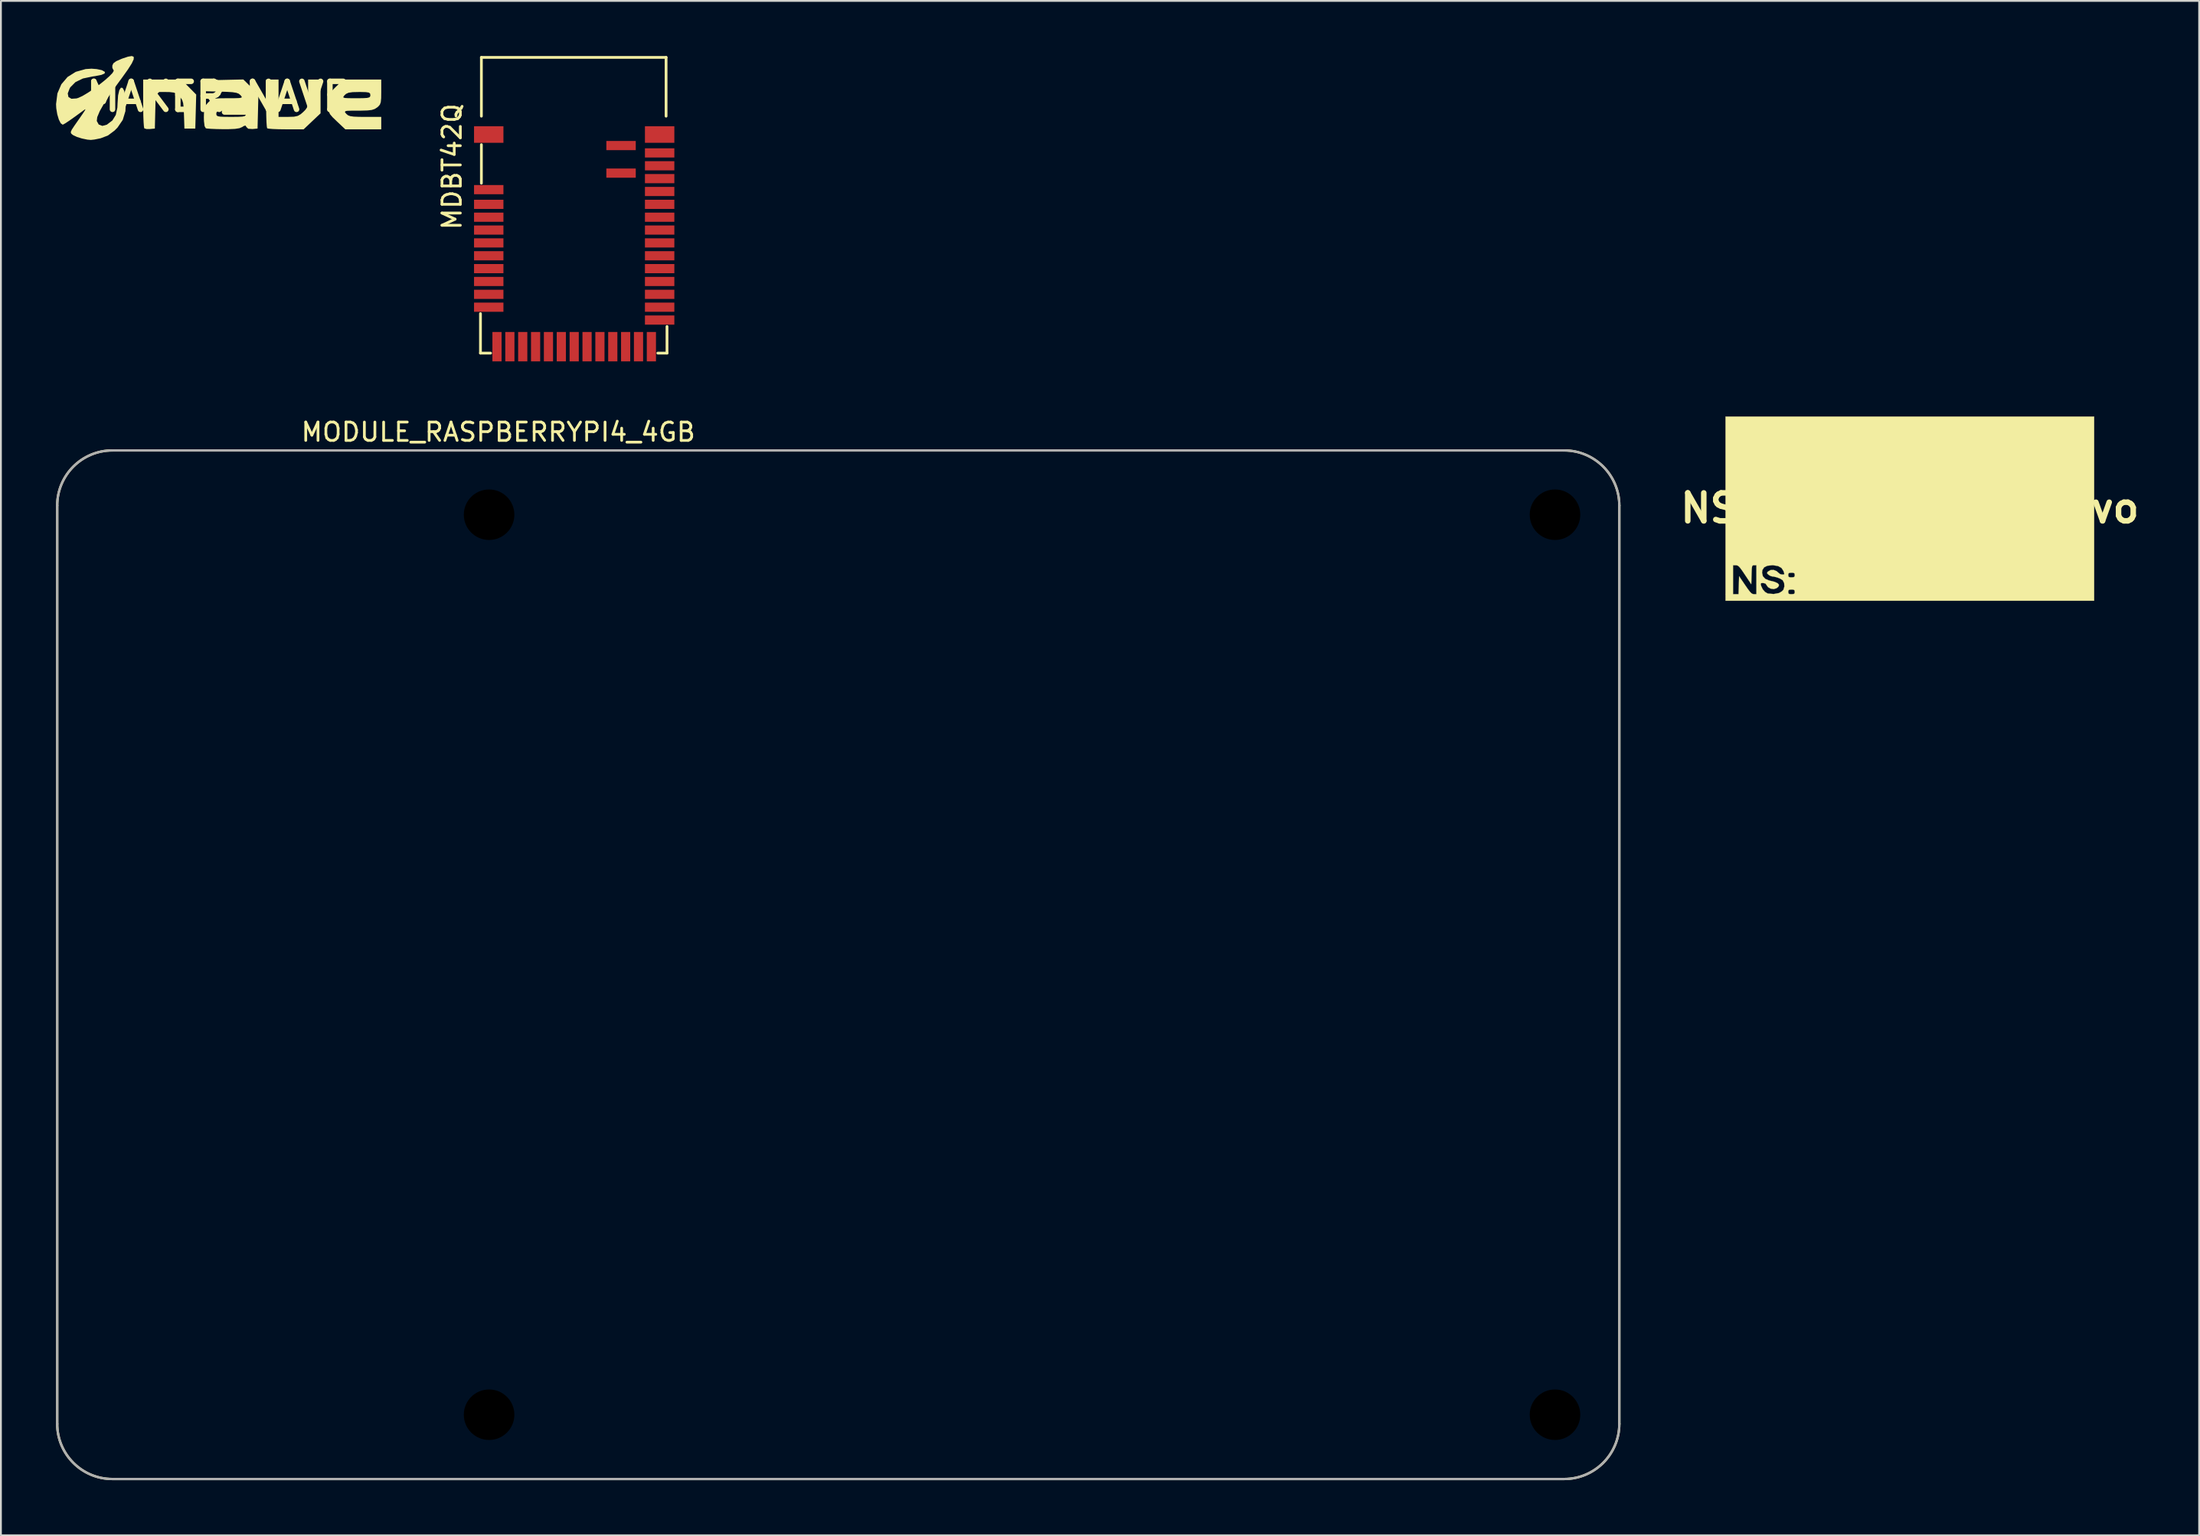
<source format=kicad_pcb>
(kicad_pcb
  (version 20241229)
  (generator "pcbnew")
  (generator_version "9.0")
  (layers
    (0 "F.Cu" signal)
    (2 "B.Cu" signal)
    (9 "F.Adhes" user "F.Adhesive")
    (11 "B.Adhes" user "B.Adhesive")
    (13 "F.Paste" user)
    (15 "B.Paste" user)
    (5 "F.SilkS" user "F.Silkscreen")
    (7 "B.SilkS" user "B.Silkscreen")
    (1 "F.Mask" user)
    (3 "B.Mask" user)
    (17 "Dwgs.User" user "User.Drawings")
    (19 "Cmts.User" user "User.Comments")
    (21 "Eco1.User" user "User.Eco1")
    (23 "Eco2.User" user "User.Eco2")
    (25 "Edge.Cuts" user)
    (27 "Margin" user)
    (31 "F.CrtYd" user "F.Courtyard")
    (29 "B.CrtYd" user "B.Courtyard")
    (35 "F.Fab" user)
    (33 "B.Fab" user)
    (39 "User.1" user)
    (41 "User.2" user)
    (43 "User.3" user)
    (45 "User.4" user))
  (footprint "MODULE_RASPBERRYPI4_4GB"
    (layer "F.Cu")
    (at 43.063 49.473)
    (property "Reference" "MODULE_RASPBERRYPI4_4GB" (at -19 -29 180) (layer "F.SilkS") (effects (font (size 1 1) (thickness 0.15))))
    (attr through_hole)
    (fp_line (start -43 -25) (end -43 25) (stroke (width 0.127) (type solid)) (layer "F.SilkS"))
    (fp_line (start -40 28) (end 39 28) (stroke (width 0.127) (type solid)) (layer "F.SilkS"))
    (fp_line (start 39 -28) (end -40 -28) (stroke (width 0.127) (type solid)) (layer "F.SilkS"))
    (fp_line (start 42 25) (end 42 -25) (stroke (width 0.127) (type solid)) (layer "F.SilkS"))
    (fp_arc (start -43 -25) (mid -42.12132 -27.12132) (end -40 -28) (stroke (width 0.127) (type solid)) (layer "F.SilkS"))
    (fp_arc (start -40 28) (mid -42.12132 27.12132) (end -43 25) (stroke (width 0.127) (type solid)) (layer "F.SilkS"))
    (fp_arc (start 39 -28) (mid 41.12132 -27.12132) (end 42 -25) (stroke (width 0.127) (type solid)) (layer "F.SilkS"))
    (fp_arc (start 42 25) (mid 41.12132 27.12132) (end 39 28) (stroke (width 0.127) (type solid)) (layer "F.SilkS"))
    (fp_line (start -43 -25) (end -43 25) (stroke (width 0.127) (type solid)) (layer "F.Fab"))
    (fp_line (start -40 28) (end 39 28) (stroke (width 0.127) (type solid)) (layer "F.Fab"))
    (fp_line (start 39 -28) (end -40 -28) (stroke (width 0.127) (type solid)) (layer "F.Fab"))
    (fp_line (start 42 25) (end 42 -25) (stroke (width 0.127) (type solid)) (layer "F.Fab"))
    (fp_arc (start -43 -25) (mid -42.12132 -27.12132) (end -40 -28) (stroke (width 0.127) (type solid)) (layer "F.Fab"))
    (fp_arc (start -40 28) (mid -42.12132 27.12132) (end -43 25) (stroke (width 0.127) (type solid)) (layer "F.Fab"))
    (fp_arc (start 39 -28) (mid 41.12132 -27.12132) (end 42 -25) (stroke (width 0.127) (type solid)) (layer "F.Fab"))
    (fp_arc (start 42 25) (mid 41.12132 27.12132) (end 39 28) (stroke (width 0.127) (type solid)) (layer "F.Fab"))
    (pad "" np_thru_hole circle (at -19.5 -24.5 180) (size 3.75 3.75) (drill 2.75) (layers "*.Mask"))
    (pad "" np_thru_hole circle (at -19.5 24.5 180) (size 3.75 3.75) (drill 2.75) (layers "*.Mask"))
    (pad "" np_thru_hole circle (at 38.5 -24.5 180) (size 3.75 3.75) (drill 2.75) (layers "*.Mask"))
    (pad "" np_thru_hole circle (at 38.5 24.5 180) (size 3.75 3.75) (drill 2.75) (layers "*.Mask")))
  (footprint "MAKER_NAVE"
    (layer "F.Cu")
    (at 8.805 2.213)
    (property "Reference" "MAKER_NAVE" (at 0 0 0) (layer "F.SilkS") (effects (font (size 1.524 1.524) (thickness 0.3))))
    (attr board_only exclude_from_pos_files exclude_from_bom)
    (fp_poly (pts (xy -1.581 -0.523) (xy -1.179 -0.115) (xy -1.203 0.81) (xy -1.228 1.736) (xy -1.82 1.736) (xy -1.845 0.975) (xy -1.862 0.602) (xy -1.889 0.354) (xy -1.94 0.188) (xy -2.023 0.058) (xy -2.094 -0.02) (xy -2.24 -0.152) (xy -2.397 -0.222) (xy -2.624 -0.25) (xy -2.849 -0.254) (xy -3.381 -0.254) (xy -3.405 0.741) (xy -3.429 1.736) (xy -3.686 1.761) (xy -3.887 1.761) (xy -4.004 1.726) (xy -4.024 1.624) (xy -4.042 1.384) (xy -4.056 1.036) (xy -4.063 0.611) (xy -4.064 0.367) (xy -4.064 -0.931) (xy -1.983 -0.931)) (stroke (width 0) (type solid)) (fill yes) (layer "F.SilkS"))
    (fp_poly (pts (xy 3.302 1.101) (xy 3.831 1.1) (xy 4.14 1.091) (xy 4.344 1.048) (xy 4.508 0.953) (xy 4.636 0.842) (xy 4.766 0.712) (xy 4.847 0.594) (xy 4.89 0.442) (xy 4.908 0.213) (xy 4.911 -0.138) (xy 4.911 -0.174) (xy 4.911 -0.931) (xy 5.588 -0.931) (xy 5.588 0.907) (xy 5.127 1.342) (xy 4.667 1.778) (xy 3.702 1.778) (xy 3.314 1.773) (xy 2.99 1.761) (xy 2.766 1.742) (xy 2.681 1.722) (xy 2.662 1.621) (xy 2.645 1.383) (xy 2.633 1.036) (xy 2.626 0.612) (xy 2.625 0.367) (xy 2.625 -0.931) (xy 3.302 -0.931)) (stroke (width 0) (type solid)) (fill yes) (layer "F.SilkS"))
    (fp_poly (pts (xy 8.89 -0.26) (xy 8.886 0.081) (xy 8.865 0.298) (xy 8.816 0.435) (xy 8.727 0.537) (xy 8.667 0.587) (xy 8.535 0.671) (xy 8.374 0.724) (xy 8.142 0.751) (xy 7.797 0.761) (xy 7.638 0.762) (xy 7.266 0.763) (xy 7.038 0.771) (xy 6.928 0.793) (xy 6.911 0.835) (xy 6.96 0.903) (xy 6.985 0.931) (xy 7.074 1.009) (xy 7.198 1.059) (xy 7.391 1.087) (xy 7.689 1.099) (xy 8.014 1.101) (xy 8.89 1.101) (xy 8.89 1.778) (xy 6.933 1.778) (xy 6.472 1.342) (xy 6.238 1.116) (xy 6.1 0.952) (xy 6.034 0.796) (xy 6.013 0.595) (xy 6.011 0.387) (xy 6.017 0.103) (xy 6.028 0.045) (xy 6.829 0.045) (xy 6.91 0.071) (xy 7.103 0.082) (xy 7.434 0.085) (xy 7.522 0.085) (xy 7.888 0.082) (xy 8.116 0.069) (xy 8.239 0.039) (xy 8.289 -0.015) (xy 8.297 -0.085) (xy 8.282 -0.172) (xy 8.213 -0.223) (xy 8.053 -0.247) (xy 7.769 -0.254) (xy 7.675 -0.254) (xy 7.333 -0.246) (xy 7.114 -0.215) (xy 6.973 -0.151) (xy 6.9 -0.085) (xy 6.834 -0.005) (xy 6.829 0.045) (xy 6.028 0.045) (xy 6.053 -0.088) (xy 6.147 -0.249) (xy 6.326 -0.443) (xy 6.416 -0.532) (xy 6.821 -0.931) (xy 8.89 -0.931)) (stroke (width 0) (type solid)) (fill yes) (layer "F.SilkS"))
    (fp_poly (pts (xy 1.796 -0.533) (xy 2.206 -0.128) (xy 2.183 0.804) (xy 2.159 1.736) (xy 1.883 1.762) (xy 1.653 1.747) (xy 1.557 1.658) (xy 1.503 1.573) (xy 1.407 1.599) (xy 1.327 1.652) (xy 1.176 1.717) (xy 0.928 1.755) (xy 0.554 1.771) (xy 0.299 1.771) (xy -0.072 1.764) (xy -0.384 1.751) (xy -0.594 1.734) (xy -0.656 1.722) (xy -0.723 1.606) (xy -0.757 1.33) (xy -0.762 1.119) (xy -0.757 0.931) (xy -0.085 0.931) (xy -0.073 1.01) (xy -0.015 1.06) (xy 0.119 1.087) (xy 0.361 1.098) (xy 0.72 1.101) (xy 1.094 1.098) (xy 1.329 1.086) (xy 1.459 1.058) (xy 1.513 1.007) (xy 1.524 0.931) (xy 1.512 0.853) (xy 1.454 0.803) (xy 1.32 0.776) (xy 1.078 0.764) (xy 0.72 0.762) (xy 0.346 0.765) (xy 0.11 0.777) (xy -0.02 0.805) (xy -0.074 0.856) (xy -0.085 0.931) (xy -0.757 0.931) (xy -0.753 0.8) (xy -0.717 0.593) (xy -0.635 0.438) (xy -0.534 0.322) (xy -0.422 0.214) (xy -0.31 0.145) (xy -0.157 0.106) (xy 0.076 0.089) (xy 0.428 0.085) (xy 0.537 0.085) (xy 0.919 0.083) (xy 1.157 0.076) (xy 1.277 0.055) (xy 1.303 0.016) (xy 1.261 -0.047) (xy 1.23 -0.082) (xy 1.138 -0.159) (xy 1.005 -0.21) (xy 0.795 -0.243) (xy 0.475 -0.263) (xy 0.18 -0.272) (xy -0.72 -0.296) (xy -0.72 -0.889) (xy 0.333 -0.913) (xy 1.386 -0.937)) (stroke (width 0) (type solid)) (fill yes) (layer "F.SilkS"))
    (fp_poly (pts (xy -4.578 -2.169) (xy -4.579 -2.038) (xy -4.685 -1.81) (xy -4.897 -1.476) (xy -5.217 -1.027) (xy -5.388 -0.796) (xy -5.834 -0.177) (xy -6.181 0.353) (xy -6.426 0.786) (xy -6.564 1.114) (xy -6.589 1.324) (xy -6.481 1.518) (xy -6.285 1.591) (xy -6.043 1.526) (xy -6.04 1.524) (xy -5.739 1.294) (xy -5.554 0.995) (xy -5.468 0.594) (xy -5.457 0.354) (xy -5.43 -0.067) (xy -5.365 -0.349) (xy -5.278 -0.488) (xy -5.184 -0.479) (xy -5.096 -0.317) (xy -5.03 0.000496) (xy -5.01 0.216) (xy -5.03 0.787) (xy -5.175 1.265) (xy -5.46 1.682) (xy -5.622 1.846) (xy -5.984 2.116) (xy -6.379 2.266) (xy -6.426 2.276) (xy -6.714 2.334) (xy -6.913 2.356) (xy -7.102 2.339) (xy -7.356 2.286) (xy -7.408 2.274) (xy -7.668 2.193) (xy -7.878 2.094) (xy -7.907 2.074) (xy -7.987 2.002) (xy -8.004 1.921) (xy -7.947 1.793) (xy -7.806 1.579) (xy -7.738 1.482) (xy -7.489 1.125) (xy -7.325 0.887) (xy -7.235 0.748) (xy -7.207 0.689) (xy -7.229 0.691) (xy -7.282 0.728) (xy -7.735 1.059) (xy -8.067 1.295) (xy -8.29 1.444) (xy -8.416 1.515) (xy -8.447 1.524) (xy -8.553 1.447) (xy -8.655 1.243) (xy -8.74 0.956) (xy -8.794 0.628) (xy -8.805 0.405) (xy -8.731 -0.178) (xy -8.517 -0.675) (xy -8.18 -1.071) (xy -7.734 -1.352) (xy -7.195 -1.503) (xy -6.875 -1.524) (xy -6.588 -1.502) (xy -6.331 -1.447) (xy -6.299 -1.436) (xy -6.147 -1.348) (xy -6.16 -1.264) (xy -6.335 -1.187) (xy -6.667 -1.121) (xy -6.805 -1.102) (xy -7.344 -0.989) (xy -7.746 -0.795) (xy -8.024 -0.515) (xy -8.063 -0.452) (xy -8.168 -0.177) (xy -8.131 0.017) (xy -7.968 0.114) (xy -7.693 0.096) (xy -7.601 0.069) (xy -7.375 -0.034) (xy -7.091 -0.202) (xy -6.776 -0.413) (xy -6.456 -0.649) (xy -6.159 -0.887) (xy -5.91 -1.106) (xy -5.736 -1.287) (xy -5.664 -1.408) (xy -5.676 -1.441) (xy -5.741 -1.563) (xy -5.744 -1.691) (xy -5.686 -1.817) (xy -5.532 -1.931) (xy -5.251 -2.055) (xy -5.193 -2.077) (xy -4.887 -2.179) (xy -4.682 -2.213)) (stroke (width 0) (type solid)) (fill yes) (layer "F.SilkS")))
  (footprint "MDBT42Q"
    (layer "F.Cu")
    (at 23.544 4.275)
    (property "Reference" "MDBT42Q" (at -2 1.75 90) (layer "F.SilkS") (effects (font (size 1 1) (thickness 0.15))))
    (attr through_hole)
    (fp_line (start -0.45 11.9) (end -0.45 9.75) (stroke (width 0.15) (type solid)) (layer "F.SilkS"))
    (fp_line (start -0.4 -4.2) (end 9.65 -4.2) (stroke (width 0.15) (type solid)) (layer "F.SilkS"))
    (fp_line (start -0.4 -1) (end -0.4 -4.2) (stroke (width 0.15) (type solid)) (layer "F.SilkS"))
    (fp_line (start -0.4 0.55) (end -0.4 2.65) (stroke (width 0.15) (type solid)) (layer "F.SilkS"))
    (fp_line (start 0.1 11.9) (end -0.45 11.9) (stroke (width 0.15) (type solid)) (layer "F.SilkS"))
    (fp_line (start 9.2 11.9) (end 9.7 11.9) (stroke (width 0.15) (type solid)) (layer "F.SilkS"))
    (fp_line (start 9.65 -1) (end 9.65 -4.2) (stroke (width 0.15) (type solid)) (layer "F.SilkS"))
    (fp_line (start 9.7 11.9) (end 9.7 10.45) (stroke (width 0.15) (type solid)) (layer "F.SilkS"))
    (pad "1" smd rect (at 0 0) (size 1.6 0.9) (layers "F.Cu" "F.Mask" "F.Paste"))
    (pad "2" smd rect (at 0 3) (size 1.6 0.5) (layers "F.Cu" "F.Mask" "F.Paste"))
    (pad "3" smd rect (at 0 3.8) (size 1.6 0.5) (layers "F.Cu" "F.Mask" "F.Paste"))
    (pad "4" smd rect (at 0 4.5) (size 1.6 0.5) (layers "F.Cu" "F.Mask" "F.Paste"))
    (pad "5" smd rect (at 0 5.2) (size 1.6 0.5) (layers "F.Cu" "F.Mask" "F.Paste"))
    (pad "6" smd rect (at 0 5.9) (size 1.6 0.5) (layers "F.Cu" "F.Mask" "F.Paste"))
    (pad "7" smd rect (at 0 6.6) (size 1.6 0.5) (layers "F.Cu" "F.Mask" "F.Paste"))
    (pad "8" smd rect (at 0 7.3) (size 1.6 0.5) (layers "F.Cu" "F.Mask" "F.Paste"))
    (pad "9" smd rect (at 0 8) (size 1.6 0.5) (layers "F.Cu" "F.Mask" "F.Paste"))
    (pad "10" smd rect (at 0 8.7) (size 1.6 0.5) (layers "F.Cu" "F.Mask" "F.Paste"))
    (pad "11" smd rect (at 0 9.4) (size 1.6 0.5) (layers "F.Cu" "F.Mask" "F.Paste"))
    (pad "12" smd rect (at 0.45 11.55 90) (size 1.6 0.5) (layers "F.Cu" "F.Mask" "F.Paste"))
    (pad "13" smd rect (at 1.15 11.55 90) (size 1.6 0.5) (layers "F.Cu" "F.Mask" "F.Paste"))
    (pad "14" smd rect (at 1.85 11.55 90) (size 1.6 0.5) (layers "F.Cu" "F.Mask" "F.Paste"))
    (pad "15" smd rect (at 2.55 11.55 90) (size 1.6 0.5) (layers "F.Cu" "F.Mask" "F.Paste"))
    (pad "16" smd rect (at 3.25 11.55 90) (size 1.6 0.5) (layers "F.Cu" "F.Mask" "F.Paste"))
    (pad "17" smd rect (at 3.95 11.55 90) (size 1.6 0.5) (layers "F.Cu" "F.Mask" "F.Paste"))
    (pad "18" smd rect (at 4.65 11.55 90) (size 1.6 0.5) (layers "F.Cu" "F.Mask" "F.Paste"))
    (pad "19" smd rect (at 5.35 11.55 90) (size 1.6 0.5) (layers "F.Cu" "F.Mask" "F.Paste"))
    (pad "20" smd rect (at 6.05 11.55 90) (size 1.6 0.5) (layers "F.Cu" "F.Mask" "F.Paste"))
    (pad "21" smd rect (at 6.75 11.55 90) (size 1.6 0.5) (layers "F.Cu" "F.Mask" "F.Paste"))
    (pad "22" smd rect (at 7.45 11.55 90) (size 1.6 0.5) (layers "F.Cu" "F.Mask" "F.Paste"))
    (pad "23" smd rect (at 8.15 11.55 270) (size 1.6 0.5) (layers "F.Cu" "F.Mask" "F.Paste"))
    (pad "24" smd rect (at 8.85 11.55 90) (size 1.6 0.5) (layers "F.Cu" "F.Mask" "F.Paste"))
    (pad "25" smd rect (at 9.3 10.1 180) (size 1.6 0.5) (layers "F.Cu" "F.Mask" "F.Paste"))
    (pad "26" smd rect (at 9.3 9.4 180) (size 1.6 0.5) (layers "F.Cu" "F.Mask" "F.Paste"))
    (pad "27" smd rect (at 9.3 8.7 180) (size 1.6 0.5) (layers "F.Cu" "F.Mask" "F.Paste"))
    (pad "28" smd rect (at 9.3 8 180) (size 1.6 0.5) (layers "F.Cu" "F.Mask" "F.Paste"))
    (pad "29" smd rect (at 9.3 7.3 180) (size 1.6 0.5) (layers "F.Cu" "F.Mask" "F.Paste"))
    (pad "30" smd rect (at 9.3 6.6 180) (size 1.6 0.5) (layers "F.Cu" "F.Mask" "F.Paste"))
    (pad "31" smd rect (at 9.3 5.9 180) (size 1.6 0.5) (layers "F.Cu" "F.Mask" "F.Paste"))
    (pad "32" smd rect (at 9.3 5.2 180) (size 1.6 0.5) (layers "F.Cu" "F.Mask" "F.Paste"))
    (pad "33" smd rect (at 9.3 4.5 180) (size 1.6 0.5) (layers "F.Cu" "F.Mask" "F.Paste"))
    (pad "34" smd rect (at 9.3 3.8 180) (size 1.6 0.5) (layers "F.Cu" "F.Mask" "F.Paste"))
    (pad "35" smd rect (at 9.3 3.1 180) (size 1.6 0.5) (layers "F.Cu" "F.Mask" "F.Paste"))
    (pad "36" smd rect (at 9.3 2.4 180) (size 1.6 0.5) (layers "F.Cu" "F.Mask" "F.Paste"))
    (pad "37" smd rect (at 9.3 1.7 180) (size 1.6 0.5) (layers "F.Cu" "F.Mask" "F.Paste"))
    (pad "38" smd rect (at 9.3 1 180) (size 1.6 0.5) (layers "F.Cu" "F.Mask" "F.Paste"))
    (pad "39" smd rect (at 9.3 0 180) (size 1.6 0.9) (layers "F.Cu" "F.Mask" "F.Paste"))
    (pad "40" smd rect (at 7.2 0.6 180) (size 1.6 0.5) (layers "F.Cu" "F.Mask" "F.Paste"))
    (pad "41" smd rect (at 7.2 2.1 180) (size 1.6 0.5) (layers "F.Cu" "F.Mask" "F.Paste")))
  (footprint "NS10x20mm negativo"
    (layer "F.Cu")
    (at 100.871 24.618)
    (property "Reference" "NS10x20mm negativo" (at 0 0 0) (layer "F.SilkS") (effects (font (size 1.524 1.524) (thickness 0.3))))
    (attr through_hole)
    (fp_poly (pts (xy 10.028 5.039) (xy -10.028 5.039) (xy -10.028 3.105) (xy -9.62 3.105) (xy -9.62 4.683) (xy -9.319 4.683) (xy -9.29 3.704) (xy -8.959 4.192) (xy -8.81 4.407) (xy -8.701 4.549) (xy -8.619 4.633) (xy -8.549 4.672) (xy -8.488 4.681) (xy -8.348 4.683) (xy -8.348 4.121) (xy -8.116 4.121) (xy -8.093 4.228) (xy -8.091 4.233) (xy -8.006 4.416) (xy -7.877 4.563) (xy -7.732 4.645) (xy -7.718 4.648) (xy -7.406 4.673) (xy -7.135 4.623) (xy -7.103 4.611) (xy -7.008 4.556) (xy -6.617 4.556) (xy -6.604 4.642) (xy -6.544 4.677) (xy -6.439 4.683) (xy -6.319 4.673) (xy -6.269 4.631) (xy -6.261 4.556) (xy -6.274 4.47) (xy -6.334 4.434) (xy -6.439 4.428) (xy -6.56 4.438) (xy -6.609 4.481) (xy -6.617 4.556) (xy -7.008 4.556) (xy -6.972 4.535) (xy -6.881 4.445) (xy -6.876 4.436) (xy -6.825 4.261) (xy -6.838 4.079) (xy -6.91 3.933) (xy -6.919 3.923) (xy -7.044 3.841) (xy -7.222 3.768) (xy -7.407 3.723) (xy -7.49 3.716) (xy -7.589 3.685) (xy -7.662 3.639) (xy -6.617 3.639) (xy -6.604 3.726) (xy -6.544 3.761) (xy -6.439 3.767) (xy -6.319 3.757) (xy -6.269 3.714) (xy -6.261 3.639) (xy -6.274 3.553) (xy -6.334 3.518) (xy -6.439 3.512) (xy -6.56 3.522) (xy -6.609 3.565) (xy -6.617 3.639) (xy -7.662 3.639) (xy -7.687 3.624) (xy -7.762 3.553) (xy -7.762 3.5) (xy -7.714 3.446) (xy -7.573 3.369) (xy -7.404 3.365) (xy -7.249 3.428) (xy -7.186 3.487) (xy -7.058 3.589) (xy -6.953 3.614) (xy -6.862 3.612) (xy -6.829 3.587) (xy -6.844 3.512) (xy -6.877 3.416) (xy -6.984 3.252) (xy -7.169 3.149) (xy -7.434 3.106) (xy -7.499 3.105) (xy -7.755 3.134) (xy -7.928 3.22) (xy -8.023 3.367) (xy -8.042 3.512) (xy -7.998 3.705) (xy -7.866 3.849) (xy -7.653 3.938) (xy -7.62 3.945) (xy -7.352 4.013) (xy -7.184 4.091) (xy -7.118 4.178) (xy -7.154 4.274) (xy -7.252 4.356) (xy -7.403 4.402) (xy -7.57 4.379) (xy -7.715 4.299) (xy -7.79 4.194) (xy -7.858 4.1) (xy -7.984 4.072) (xy -7.987 4.072) (xy -8.087 4.079) (xy -8.116 4.121) (xy -8.348 4.121) (xy -8.348 3.105) (xy -8.473 3.105) (xy -8.53 3.109) (xy -8.567 3.132) (xy -8.589 3.193) (xy -8.602 3.31) (xy -8.61 3.503) (xy -8.613 3.622) (xy -8.628 4.139) (xy -8.972 3.622) (xy -9.12 3.402) (xy -9.228 3.255) (xy -9.309 3.166) (xy -9.376 3.121) (xy -9.443 3.106) (xy -9.468 3.105) (xy -9.62 3.105) (xy -10.028 3.105) (xy -10.028 -4.988) (xy 10.028 -4.988) (xy 10.028 5.039)) (stroke (width 0.01) (type solid)) (fill yes) (layer "F.SilkS")))
  (gr_rect
    (start -3 -3)
    (end 116.614 80.537)
    (stroke (width 0.1) (type default))
    (fill no)
    (layer "Edge.Cuts")))
</source>
